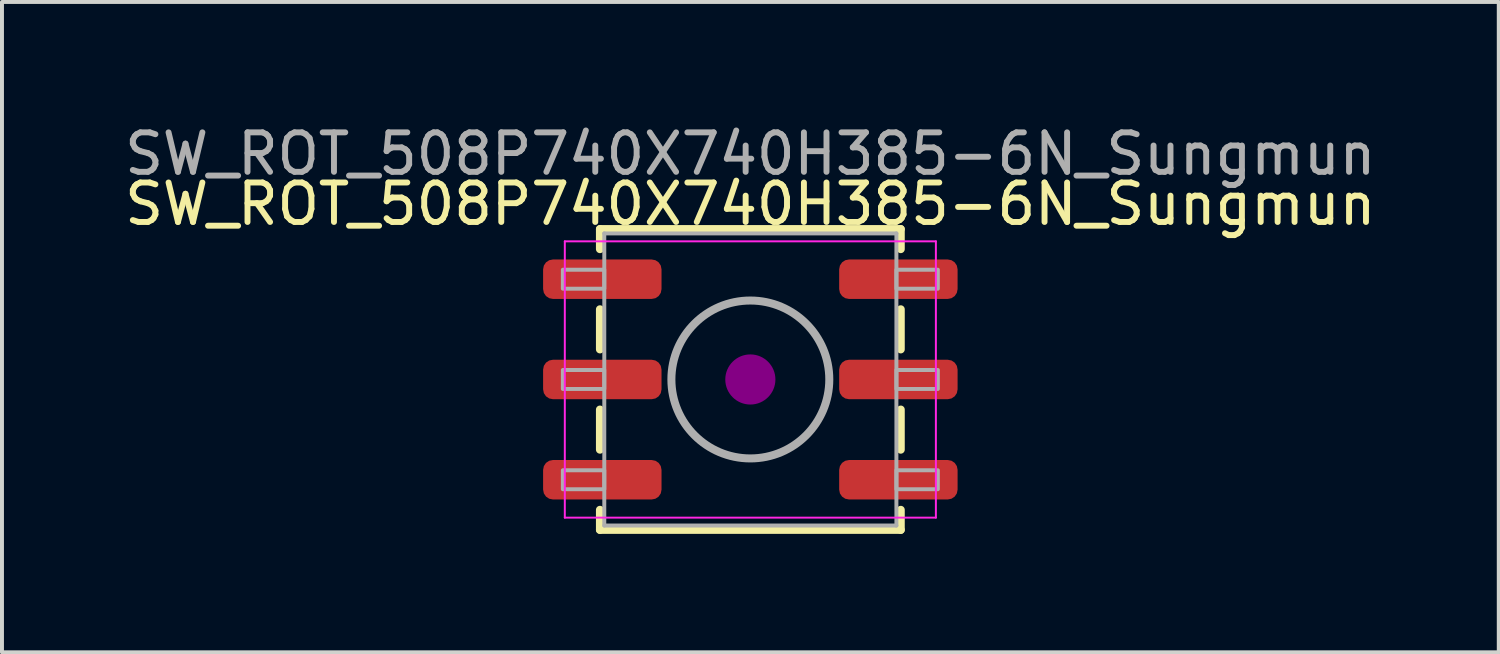
<source format=kicad_pcb>
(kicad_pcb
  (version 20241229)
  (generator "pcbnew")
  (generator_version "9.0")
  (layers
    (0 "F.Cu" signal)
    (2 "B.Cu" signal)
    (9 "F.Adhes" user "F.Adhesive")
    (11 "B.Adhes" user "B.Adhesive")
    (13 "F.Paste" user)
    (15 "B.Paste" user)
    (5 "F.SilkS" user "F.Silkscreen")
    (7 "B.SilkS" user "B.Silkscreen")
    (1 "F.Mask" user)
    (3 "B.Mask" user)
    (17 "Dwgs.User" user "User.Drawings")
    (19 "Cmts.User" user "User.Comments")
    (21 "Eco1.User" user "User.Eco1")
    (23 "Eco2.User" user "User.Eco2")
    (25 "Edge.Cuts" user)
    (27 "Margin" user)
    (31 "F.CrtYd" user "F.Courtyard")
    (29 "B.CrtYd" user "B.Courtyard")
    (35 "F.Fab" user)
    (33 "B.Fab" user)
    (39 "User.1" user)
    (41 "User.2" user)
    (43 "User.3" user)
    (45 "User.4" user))
  (footprint "SW_ROT_508P740X740H385-6N_Sungmun"
    (layer "F.Cu")
    (at 15.958 6.563)
    (property "Reference" "SW_ROT_508P740X740H385-6N_Sungmun" (at 0 -4.445 0) (layer "F.SilkS") (effects (font (size 1 1) (thickness 0.15))))
    (attr smd)
    (fp_line (start -3.81 -3.81) (end 3.81 -3.81) (stroke (width 0.203) (type solid)) (layer "F.SilkS"))
    (fp_line (start -3.81 -3.302) (end -3.81 -3.81) (stroke (width 0.203) (type solid)) (layer "F.SilkS"))
    (fp_line (start -3.81 -0.762) (end -3.81 -1.778) (stroke (width 0.203) (type solid)) (layer "F.SilkS"))
    (fp_line (start -3.81 1.778) (end -3.81 0.762) (stroke (width 0.203) (type solid)) (layer "F.SilkS"))
    (fp_line (start -3.81 3.302) (end -3.81 3.81) (stroke (width 0.203) (type solid)) (layer "F.SilkS"))
    (fp_line (start -3.81 3.81) (end 3.81 3.81) (stroke (width 0.203) (type solid)) (layer "F.SilkS"))
    (fp_line (start 3.81 -3.302) (end 3.81 -3.81) (stroke (width 0.203) (type solid)) (layer "F.SilkS"))
    (fp_line (start 3.81 -0.762) (end 3.81 -1.778) (stroke (width 0.203) (type solid)) (layer "F.SilkS"))
    (fp_line (start 3.81 1.778) (end 3.81 0.762) (stroke (width 0.203) (type solid)) (layer "F.SilkS"))
    (fp_line (start 3.81 3.302) (end 3.81 3.81) (stroke (width 0.203) (type solid)) (layer "F.SilkS"))
    (fp_circle (center 0 0) (end 0.635 0) (stroke (width 0) (type solid)) (fill yes) (layer "F.Adhes"))
    (fp_line (start -4.7 -3.5) (end -4.7 3.5) (stroke (width 0.05) (type solid)) (layer "F.CrtYd"))
    (fp_line (start -4.7 3.5) (end 4.7 3.5) (stroke (width 0.05) (type solid)) (layer "F.CrtYd"))
    (fp_line (start 4.7 -3.5) (end -4.7 -3.5) (stroke (width 0.05) (type solid)) (layer "F.CrtYd"))
    (fp_line (start 4.7 3.5) (end 4.7 -3.5) (stroke (width 0.05) (type solid)) (layer "F.CrtYd"))
    (fp_line (start -3.7 -3.7) (end 3.7 -3.7) (stroke (width 0.1) (type solid)) (layer "F.Fab"))
    (fp_line (start -3.7 3.7) (end -3.7 -3.7) (stroke (width 0.1) (type solid)) (layer "F.Fab"))
    (fp_line (start 3.7 -3.7) (end 3.7 3.7) (stroke (width 0.1) (type solid)) (layer "F.Fab"))
    (fp_line (start 3.7 3.7) (end -3.7 3.7) (stroke (width 0.1) (type solid)) (layer "F.Fab"))
    (fp_rect (start -3.7 -2.78) (end -4.75 -2.3) (stroke (width 0.1) (type solid)) (fill no) (layer "F.Fab"))
    (fp_rect (start -3.7 -0.24) (end -4.75 0.24) (stroke (width 0.1) (type solid)) (fill no) (layer "F.Fab"))
    (fp_rect (start -3.7 2.3) (end -4.75 2.78) (stroke (width 0.1) (type solid)) (fill no) (layer "F.Fab"))
    (fp_rect (start 3.7 -2.3) (end 4.75 -2.78) (stroke (width 0.1) (type solid)) (fill no) (layer "F.Fab"))
    (fp_rect (start 3.7 0.24) (end 4.75 -0.24) (stroke (width 0.1) (type solid)) (fill no) (layer "F.Fab"))
    (fp_rect (start 3.7 2.78) (end 4.75 2.3) (stroke (width 0.1) (type solid)) (fill no) (layer "F.Fab"))
    (fp_circle (center 0 0) (end 2 0) (stroke (width 0.203) (type solid)) (fill no) (layer "F.Fab"))
    (fp_text user "${REFERENCE}" (at 0 -5.715 0) (layer "F.Fab") (effects (font (size 1 1) (thickness 0.15))))
    (pad "1" smd roundrect (at -3.75 -2.54) (size 3 1) (layers "F.Cu" "F.Mask" "F.Paste") (roundrect_rratio 0.25))
    (pad "2" smd roundrect (at 3.75 2.54) (size 3 1) (layers "F.Cu" "F.Mask" "F.Paste") (roundrect_rratio 0.25))
    (pad "4" smd roundrect (at -3.75 2.54) (size 3 1) (layers "F.Cu" "F.Mask" "F.Paste") (roundrect_rratio 0.25))
    (pad "8" smd roundrect (at 3.75 -2.54) (size 3 1) (layers "F.Cu" "F.Mask" "F.Paste") (roundrect_rratio 0.25))
    (pad "C" smd roundrect (at -3.75 0) (size 3 1) (layers "F.Cu" "F.Mask" "F.Paste") (roundrect_rratio 0.25))
    (pad "C" smd roundrect (at 3.75 0) (size 3 1) (layers "F.Cu" "F.Mask" "F.Paste") (roundrect_rratio 0.25)))
  (gr_rect
    (start -3 -3)
    (end 34.917 13.475)
    (stroke (width 0.1) (type default))
    (fill no)
    (layer "Edge.Cuts")))
</source>
